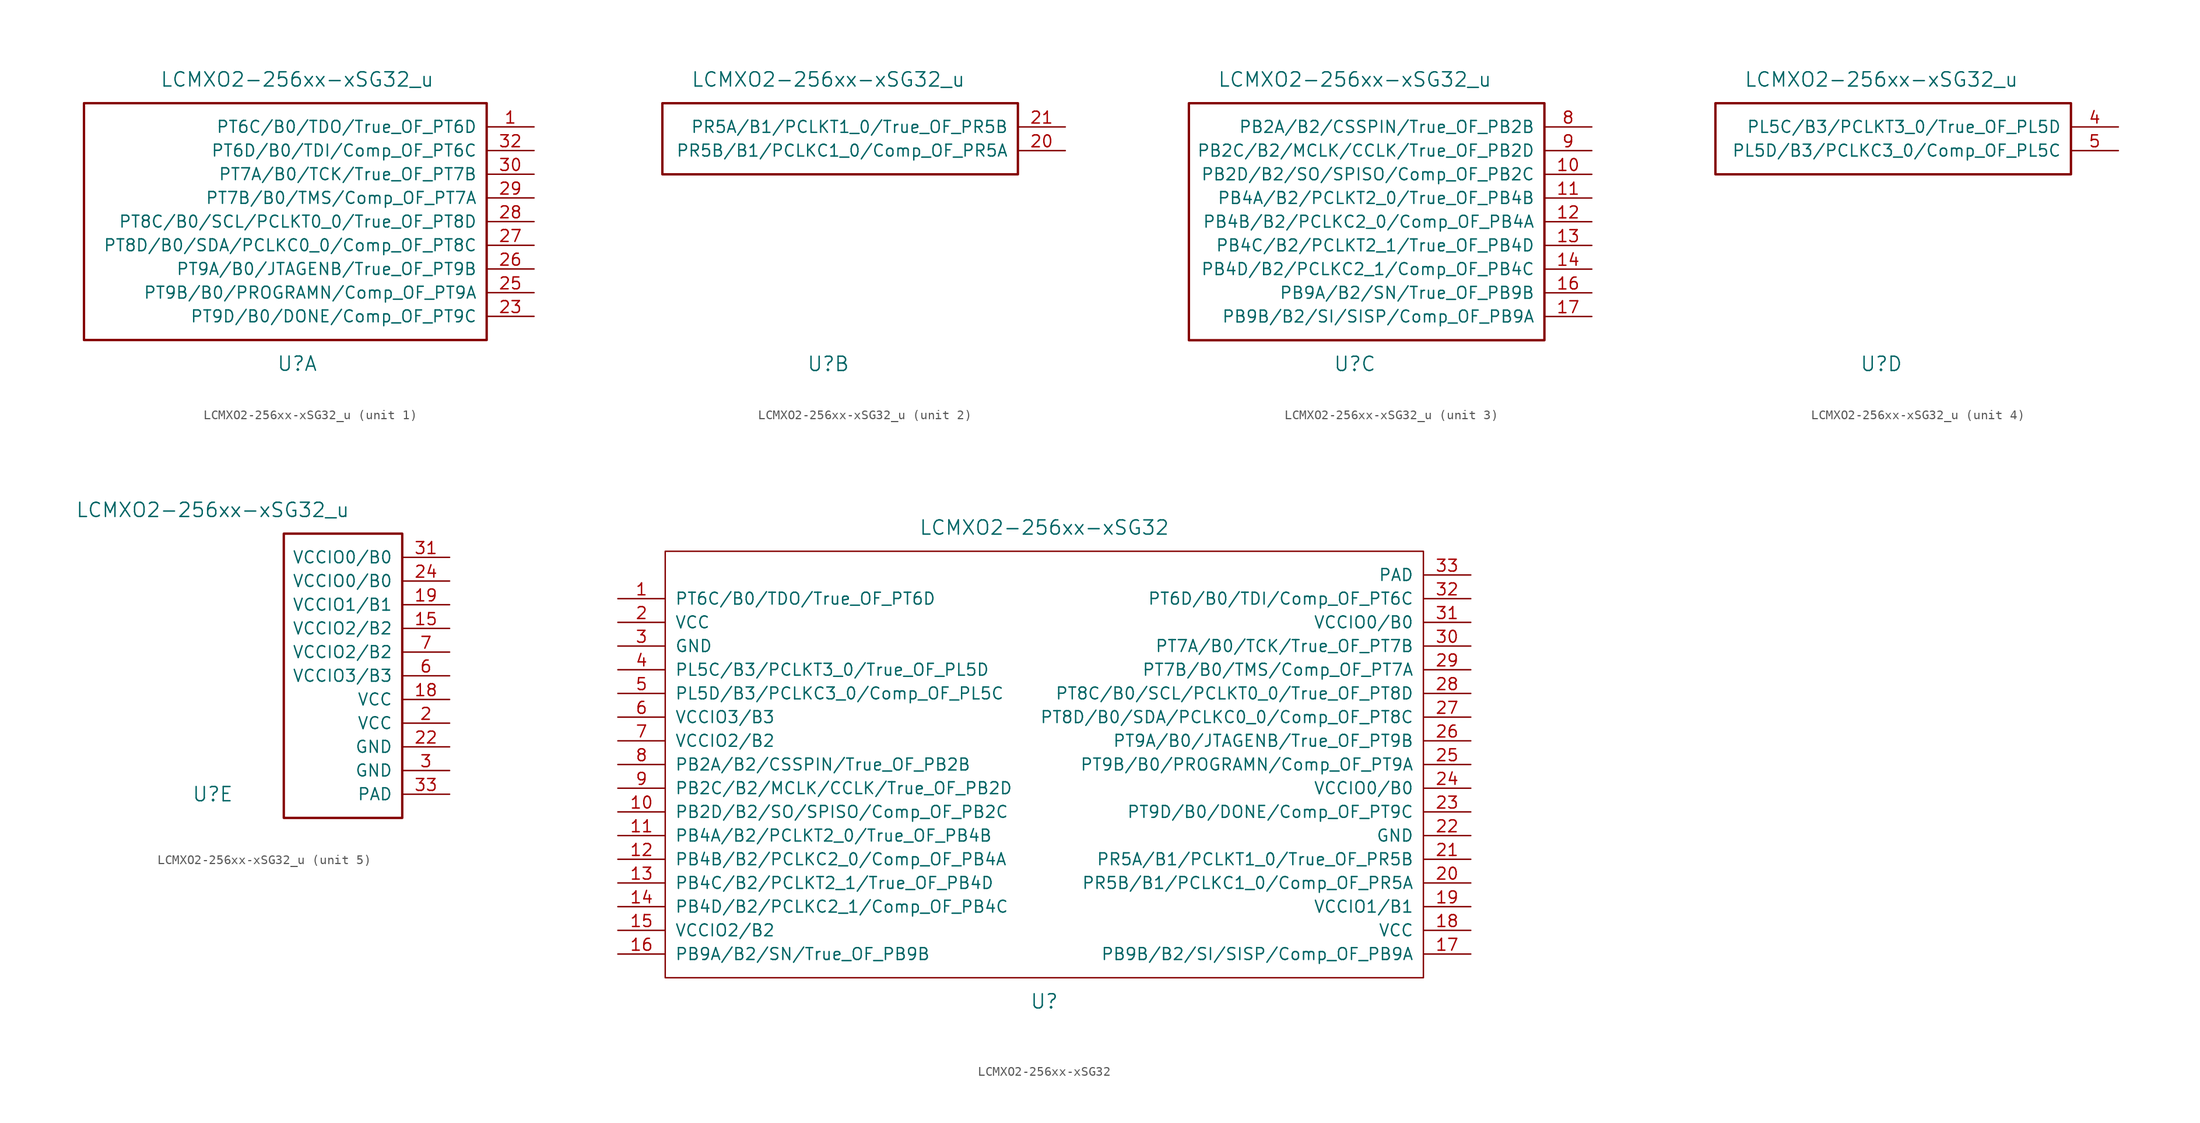
<source format=kicad_sym>
(kicad_symbol_lib
  (version 20201005)
  (generator kicad_symbol_editor)
  (symbol "pkl_lattice:LCMXO2-256xx-xSG32_u"
    (pin_names
      (offset 1.016))
    (property "Reference" "U"
      (at 0 -15.24 0)
      (effects (font (size 1.524 1.524))))
    (property "Value" "LCMXO2-256xx-xSG32_u"
      (at 0 15.24 0)
      (effects (font (size 1.524 1.524))))
    (symbol "LCMXO2-256xx-xSG32_u_1_1"
      (rectangle (start -22.86 -12.7) (end 20.32 12.7) (stroke (width 0.254)) (fill (type none)))
      (pin passive line (at 25.4 10.16 180) (length 5.08) (name "PT6C/B0/TDO/True_OF_PT6D" (effects (font (size 1.27 1.27)))) (number "1" (effects (font (size 1.27 1.27)))))
      (pin passive line (at 25.4 -10.16 180) (length 5.08) (name "PT9D/B0/DONE/Comp_OF_PT9C" (effects (font (size 1.27 1.27)))) (number "23" (effects (font (size 1.27 1.27)))))
      (pin passive line (at 25.4 -7.62 180) (length 5.08) (name "PT9B/B0/PROGRAMN/Comp_OF_PT9A" (effects (font (size 1.27 1.27)))) (number "25" (effects (font (size 1.27 1.27)))))
      (pin passive line (at 25.4 -5.08 180) (length 5.08) (name "PT9A/B0/JTAGENB/True_OF_PT9B" (effects (font (size 1.27 1.27)))) (number "26" (effects (font (size 1.27 1.27)))))
      (pin passive line (at 25.4 -2.54 180) (length 5.08) (name "PT8D/B0/SDA/PCLKC0_0/Comp_OF_PT8C" (effects (font (size 1.27 1.27)))) (number "27" (effects (font (size 1.27 1.27)))))
      (pin passive line (at 25.4 0 180) (length 5.08) (name "PT8C/B0/SCL/PCLKT0_0/True_OF_PT8D" (effects (font (size 1.27 1.27)))) (number "28" (effects (font (size 1.27 1.27)))))
      (pin passive line (at 25.4 2.54 180) (length 5.08) (name "PT7B/B0/TMS/Comp_OF_PT7A" (effects (font (size 1.27 1.27)))) (number "29" (effects (font (size 1.27 1.27)))))
      (pin passive line (at 25.4 5.08 180) (length 5.08) (name "PT7A/B0/TCK/True_OF_PT7B" (effects (font (size 1.27 1.27)))) (number "30" (effects (font (size 1.27 1.27)))))
      (pin passive line (at 25.4 7.62 180) (length 5.08) (name "PT6D/B0/TDI/Comp_OF_PT6C" (effects (font (size 1.27 1.27)))) (number "32" (effects (font (size 1.27 1.27))))))
    (symbol "LCMXO2-256xx-xSG32_u_2_1"
      (rectangle (start -17.78 5.08) (end 20.32 12.7) (stroke (width 0.254)) (fill (type none)))
      (pin passive line (at 25.4 7.62 180) (length 5.08) (name "PR5B/B1/PCLKC1_0/Comp_OF_PR5A" (effects (font (size 1.27 1.27)))) (number "20" (effects (font (size 1.27 1.27)))))
      (pin passive line (at 25.4 10.16 180) (length 5.08) (name "PR5A/B1/PCLKT1_0/True_OF_PR5B" (effects (font (size 1.27 1.27)))) (number "21" (effects (font (size 1.27 1.27))))))
    (symbol "LCMXO2-256xx-xSG32_u_3_1"
      (rectangle (start -17.78 -12.7) (end 20.32 12.7) (stroke (width 0.254)) (fill (type none)))
      (pin passive line (at 25.4 5.08 180) (length 5.08) (name "PB2D/B2/SO/SPISO/Comp_OF_PB2C" (effects (font (size 1.27 1.27)))) (number "10" (effects (font (size 1.27 1.27)))))
      (pin passive line (at 25.4 2.54 180) (length 5.08) (name "PB4A/B2/PCLKT2_0/True_OF_PB4B" (effects (font (size 1.27 1.27)))) (number "11" (effects (font (size 1.27 1.27)))))
      (pin passive line (at 25.4 0 180) (length 5.08) (name "PB4B/B2/PCLKC2_0/Comp_OF_PB4A" (effects (font (size 1.27 1.27)))) (number "12" (effects (font (size 1.27 1.27)))))
      (pin passive line (at 25.4 -2.54 180) (length 5.08) (name "PB4C/B2/PCLKT2_1/True_OF_PB4D" (effects (font (size 1.27 1.27)))) (number "13" (effects (font (size 1.27 1.27)))))
      (pin passive line (at 25.4 -5.08 180) (length 5.08) (name "PB4D/B2/PCLKC2_1/Comp_OF_PB4C" (effects (font (size 1.27 1.27)))) (number "14" (effects (font (size 1.27 1.27)))))
      (pin passive line (at 25.4 -7.62 180) (length 5.08) (name "PB9A/B2/SN/True_OF_PB9B" (effects (font (size 1.27 1.27)))) (number "16" (effects (font (size 1.27 1.27)))))
      (pin passive line (at 25.4 -10.16 180) (length 5.08) (name "PB9B/B2/SI/SISP/Comp_OF_PB9A" (effects (font (size 1.27 1.27)))) (number "17" (effects (font (size 1.27 1.27)))))
      (pin passive line (at 25.4 10.16 180) (length 5.08) (name "PB2A/B2/CSSPIN/True_OF_PB2B" (effects (font (size 1.27 1.27)))) (number "8" (effects (font (size 1.27 1.27)))))
      (pin passive line (at 25.4 7.62 180) (length 5.08) (name "PB2C/B2/MCLK/CCLK/True_OF_PB2D" (effects (font (size 1.27 1.27)))) (number "9" (effects (font (size 1.27 1.27))))))
    (symbol "LCMXO2-256xx-xSG32_u_4_1"
      (rectangle (start -17.78 5.08) (end 20.32 12.7) (stroke (width 0.254)) (fill (type none)))
      (pin passive line (at 25.4 10.16 180) (length 5.08) (name "PL5C/B3/PCLKT3_0/True_OF_PL5D" (effects (font (size 1.27 1.27)))) (number "4" (effects (font (size 1.27 1.27)))))
      (pin passive line (at 25.4 7.62 180) (length 5.08) (name "PL5D/B3/PCLKC3_0/Comp_OF_PL5C" (effects (font (size 1.27 1.27)))) (number "5" (effects (font (size 1.27 1.27))))))
    (symbol "LCMXO2-256xx-xSG32_u_5_1"
      (rectangle (start 7.62 -17.78) (end 20.32 12.7) (stroke (width 0.254)) (fill (type none)))
      (pin passive line (at 25.4 2.54 180) (length 5.08) (name "VCCIO2/B2" (effects (font (size 1.27 1.27)))) (number "15" (effects (font (size 1.27 1.27)))))
      (pin passive line (at 25.4 -5.08 180) (length 5.08) (name "VCC" (effects (font (size 1.27 1.27)))) (number "18" (effects (font (size 1.27 1.27)))))
      (pin passive line (at 25.4 5.08 180) (length 5.08) (name "VCCIO1/B1" (effects (font (size 1.27 1.27)))) (number "19" (effects (font (size 1.27 1.27)))))
      (pin passive line (at 25.4 -7.62 180) (length 5.08) (name "VCC" (effects (font (size 1.27 1.27)))) (number "2" (effects (font (size 1.27 1.27)))))
      (pin passive line (at 25.4 -10.16 180) (length 5.08) (name "GND" (effects (font (size 1.27 1.27)))) (number "22" (effects (font (size 1.27 1.27)))))
      (pin passive line (at 25.4 7.62 180) (length 5.08) (name "VCCIO0/B0" (effects (font (size 1.27 1.27)))) (number "24" (effects (font (size 1.27 1.27)))))
      (pin passive line (at 25.4 -12.7 180) (length 5.08) (name "GND" (effects (font (size 1.27 1.27)))) (number "3" (effects (font (size 1.27 1.27)))))
      (pin passive line (at 25.4 10.16 180) (length 5.08) (name "VCCIO0/B0" (effects (font (size 1.27 1.27)))) (number "31" (effects (font (size 1.27 1.27)))))
      (pin passive line (at 25.4 -15.24 180) (length 5.08) (name "PAD" (effects (font (size 1.27 1.27)))) (number "33" (effects (font (size 1.27 1.27)))))
      (pin passive line (at 25.4 -2.54 180) (length 5.08) (name "VCCIO3/B3" (effects (font (size 1.27 1.27)))) (number "6" (effects (font (size 1.27 1.27)))))
      (pin passive line (at 25.4 0 180) (length 5.08) (name "VCCIO2/B2" (effects (font (size 1.27 1.27)))) (number "7" (effects (font (size 1.27 1.27)))))))
  (symbol "pkl_lattice:LCMXO2-256xx-xSG32"
    (pin_names
      (offset 1.016))
    (property "Reference" "U"
      (at 0 -25.4 0)
      (effects (font (size 1.524 1.524))))
    (property "Value" "LCMXO2-256xx-xSG32"
      (at 0 25.4 0)
      (effects (font (size 1.524 1.524))))
    (symbol "LCMXO2-256xx-xSG32_0_1"
      (rectangle (start -40.64 -22.86) (end 40.64 22.86) (stroke (width 0)) (fill (type none))))
    (symbol "LCMXO2-256xx-xSG32_1_1"
      (pin passive line (at -45.72 17.78 0) (length 5.08) (name "PT6C/B0/TDO/True_OF_PT6D" (effects (font (size 1.27 1.27)))) (number "1" (effects (font (size 1.27 1.27)))))
      (pin passive line (at -45.72 -5.08 0) (length 5.08) (name "PB2D/B2/SO/SPISO/Comp_OF_PB2C" (effects (font (size 1.27 1.27)))) (number "10" (effects (font (size 1.27 1.27)))))
      (pin passive line (at -45.72 -7.62 0) (length 5.08) (name "PB4A/B2/PCLKT2_0/True_OF_PB4B" (effects (font (size 1.27 1.27)))) (number "11" (effects (font (size 1.27 1.27)))))
      (pin passive line (at -45.72 -10.16 0) (length 5.08) (name "PB4B/B2/PCLKC2_0/Comp_OF_PB4A" (effects (font (size 1.27 1.27)))) (number "12" (effects (font (size 1.27 1.27)))))
      (pin passive line (at -45.72 -12.7 0) (length 5.08) (name "PB4C/B2/PCLKT2_1/True_OF_PB4D" (effects (font (size 1.27 1.27)))) (number "13" (effects (font (size 1.27 1.27)))))
      (pin passive line (at -45.72 -15.24 0) (length 5.08) (name "PB4D/B2/PCLKC2_1/Comp_OF_PB4C" (effects (font (size 1.27 1.27)))) (number "14" (effects (font (size 1.27 1.27)))))
      (pin passive line (at -45.72 -17.78 0) (length 5.08) (name "VCCIO2/B2" (effects (font (size 1.27 1.27)))) (number "15" (effects (font (size 1.27 1.27)))))
      (pin passive line (at -45.72 -20.32 0) (length 5.08) (name "PB9A/B2/SN/True_OF_PB9B" (effects (font (size 1.27 1.27)))) (number "16" (effects (font (size 1.27 1.27)))))
      (pin passive line (at 45.72 -20.32 180) (length 5.08) (name "PB9B/B2/SI/SISP/Comp_OF_PB9A" (effects (font (size 1.27 1.27)))) (number "17" (effects (font (size 1.27 1.27)))))
      (pin passive line (at 45.72 -17.78 180) (length 5.08) (name "VCC" (effects (font (size 1.27 1.27)))) (number "18" (effects (font (size 1.27 1.27)))))
      (pin passive line (at 45.72 -15.24 180) (length 5.08) (name "VCCIO1/B1" (effects (font (size 1.27 1.27)))) (number "19" (effects (font (size 1.27 1.27)))))
      (pin passive line (at -45.72 15.24 0) (length 5.08) (name "VCC" (effects (font (size 1.27 1.27)))) (number "2" (effects (font (size 1.27 1.27)))))
      (pin passive line (at 45.72 -12.7 180) (length 5.08) (name "PR5B/B1/PCLKC1_0/Comp_OF_PR5A" (effects (font (size 1.27 1.27)))) (number "20" (effects (font (size 1.27 1.27)))))
      (pin passive line (at 45.72 -10.16 180) (length 5.08) (name "PR5A/B1/PCLKT1_0/True_OF_PR5B" (effects (font (size 1.27 1.27)))) (number "21" (effects (font (size 1.27 1.27)))))
      (pin passive line (at 45.72 -7.62 180) (length 5.08) (name "GND" (effects (font (size 1.27 1.27)))) (number "22" (effects (font (size 1.27 1.27)))))
      (pin passive line (at 45.72 -5.08 180) (length 5.08) (name "PT9D/B0/DONE/Comp_OF_PT9C" (effects (font (size 1.27 1.27)))) (number "23" (effects (font (size 1.27 1.27)))))
      (pin passive line (at 45.72 -2.54 180) (length 5.08) (name "VCCIO0/B0" (effects (font (size 1.27 1.27)))) (number "24" (effects (font (size 1.27 1.27)))))
      (pin passive line (at 45.72 0 180) (length 5.08) (name "PT9B/B0/PROGRAMN/Comp_OF_PT9A" (effects (font (size 1.27 1.27)))) (number "25" (effects (font (size 1.27 1.27)))))
      (pin passive line (at 45.72 2.54 180) (length 5.08) (name "PT9A/B0/JTAGENB/True_OF_PT9B" (effects (font (size 1.27 1.27)))) (number "26" (effects (font (size 1.27 1.27)))))
      (pin passive line (at 45.72 5.08 180) (length 5.08) (name "PT8D/B0/SDA/PCLKC0_0/Comp_OF_PT8C" (effects (font (size 1.27 1.27)))) (number "27" (effects (font (size 1.27 1.27)))))
      (pin passive line (at 45.72 7.62 180) (length 5.08) (name "PT8C/B0/SCL/PCLKT0_0/True_OF_PT8D" (effects (font (size 1.27 1.27)))) (number "28" (effects (font (size 1.27 1.27)))))
      (pin passive line (at 45.72 10.16 180) (length 5.08) (name "PT7B/B0/TMS/Comp_OF_PT7A" (effects (font (size 1.27 1.27)))) (number "29" (effects (font (size 1.27 1.27)))))
      (pin passive line (at -45.72 12.7 0) (length 5.08) (name "GND" (effects (font (size 1.27 1.27)))) (number "3" (effects (font (size 1.27 1.27)))))
      (pin passive line (at 45.72 12.7 180) (length 5.08) (name "PT7A/B0/TCK/True_OF_PT7B" (effects (font (size 1.27 1.27)))) (number "30" (effects (font (size 1.27 1.27)))))
      (pin passive line (at 45.72 15.24 180) (length 5.08) (name "VCCIO0/B0" (effects (font (size 1.27 1.27)))) (number "31" (effects (font (size 1.27 1.27)))))
      (pin passive line (at 45.72 17.78 180) (length 5.08) (name "PT6D/B0/TDI/Comp_OF_PT6C" (effects (font (size 1.27 1.27)))) (number "32" (effects (font (size 1.27 1.27)))))
      (pin passive line (at 45.72 20.32 180) (length 5.08) (name "PAD" (effects (font (size 1.27 1.27)))) (number "33" (effects (font (size 1.27 1.27)))))
      (pin passive line (at -45.72 10.16 0) (length 5.08) (name "PL5C/B3/PCLKT3_0/True_OF_PL5D" (effects (font (size 1.27 1.27)))) (number "4" (effects (font (size 1.27 1.27)))))
      (pin passive line (at -45.72 7.62 0) (length 5.08) (name "PL5D/B3/PCLKC3_0/Comp_OF_PL5C" (effects (font (size 1.27 1.27)))) (number "5" (effects (font (size 1.27 1.27)))))
      (pin passive line (at -45.72 5.08 0) (length 5.08) (name "VCCIO3/B3" (effects (font (size 1.27 1.27)))) (number "6" (effects (font (size 1.27 1.27)))))
      (pin passive line (at -45.72 2.54 0) (length 5.08) (name "VCCIO2/B2" (effects (font (size 1.27 1.27)))) (number "7" (effects (font (size 1.27 1.27)))))
      (pin passive line (at -45.72 0 0) (length 5.08) (name "PB2A/B2/CSSPIN/True_OF_PB2B" (effects (font (size 1.27 1.27)))) (number "8" (effects (font (size 1.27 1.27)))))
      (pin passive line (at -45.72 -2.54 0) (length 5.08) (name "PB2C/B2/MCLK/CCLK/True_OF_PB2D" (effects (font (size 1.27 1.27)))) (number "9" (effects (font (size 1.27 1.27))))))))
</source>
